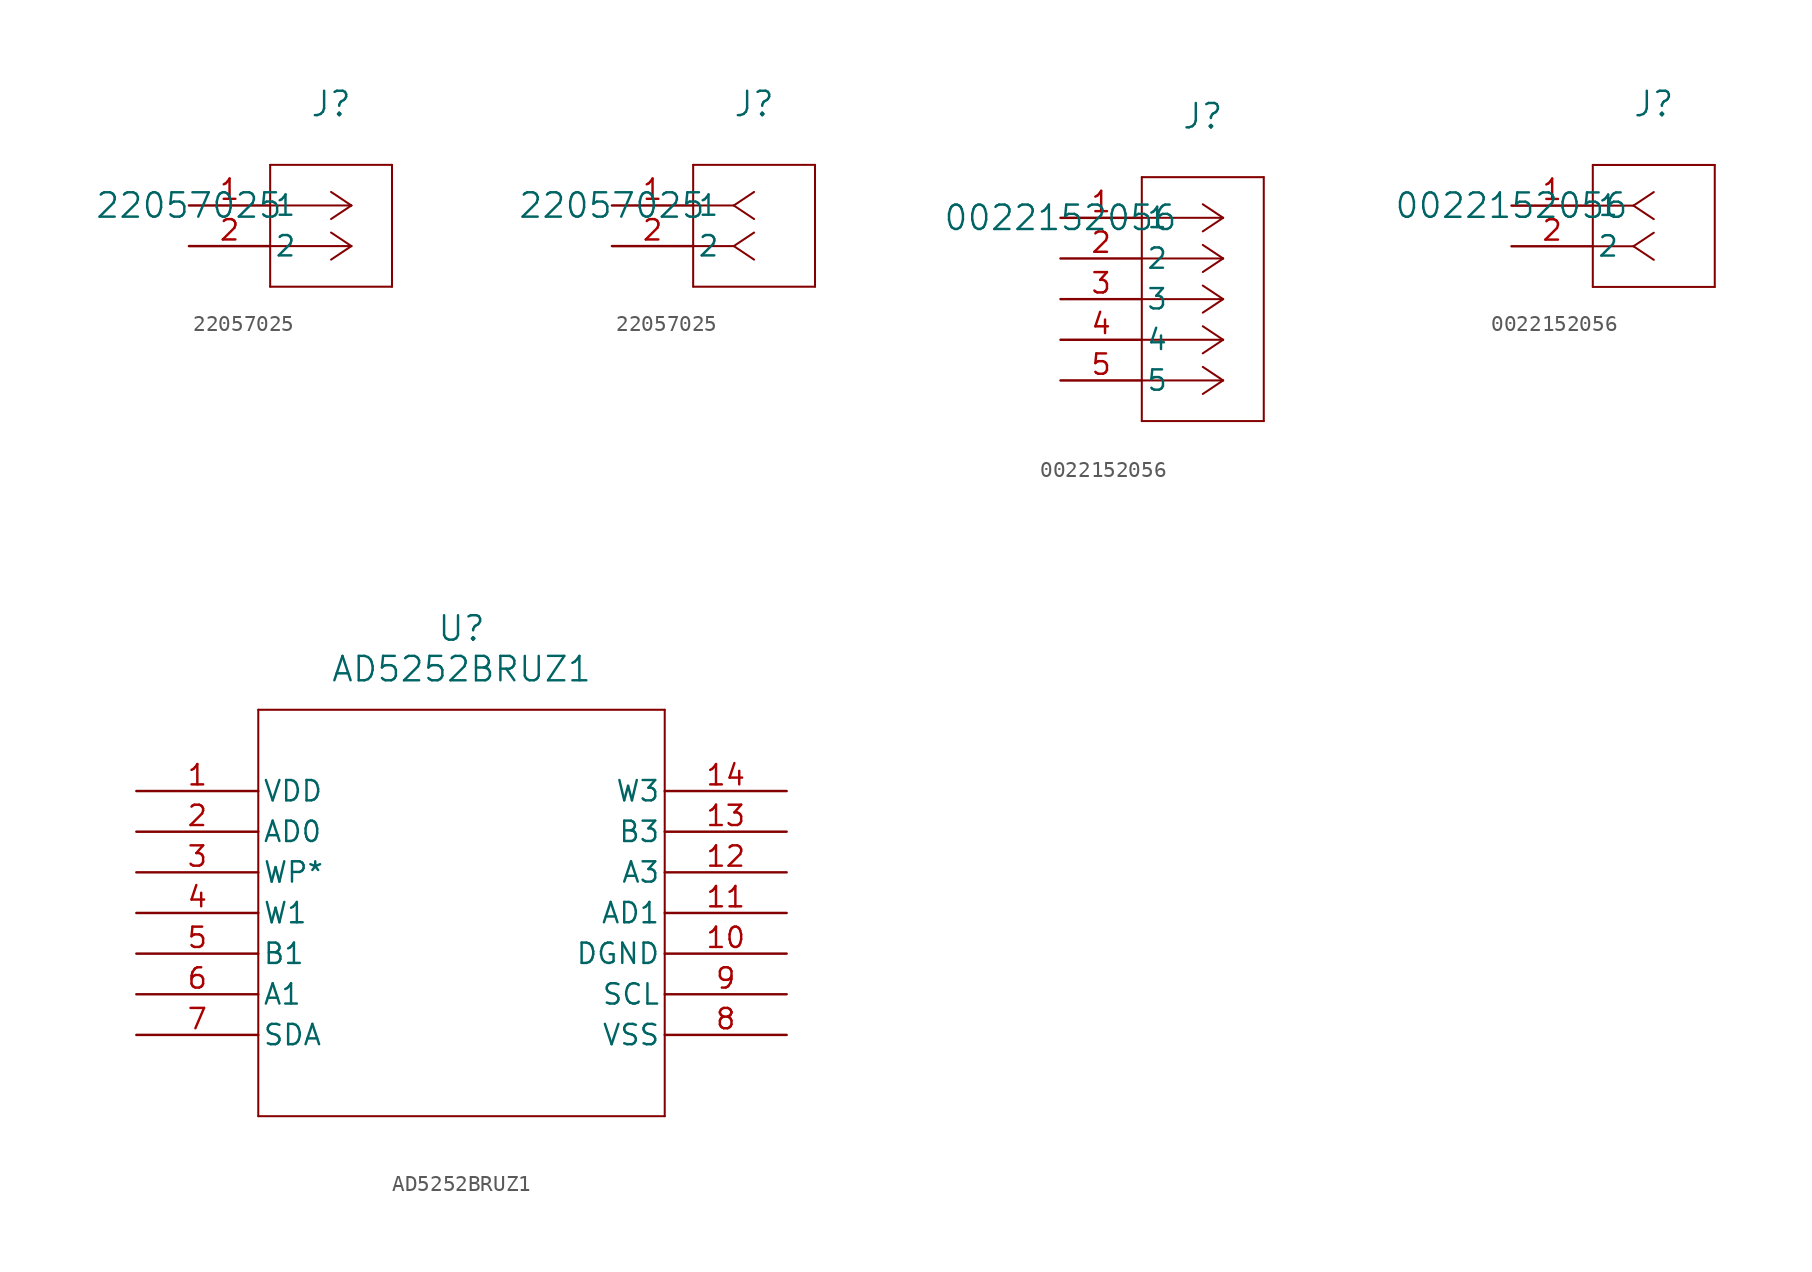
<source format=kicad_sym>
(kicad_symbol_lib
  (version 20231120)
  (generator "kicad_symbol_editor")
  (generator_version "8.0")
  (symbol "22057025"
    (pin_names
      (offset 0.254))
    (property "Reference" "J"
      (at 8.89 6.35 0)
      (effects (font (size 1.524 1.524))))
    (property "Value" "22057025"
      (at 0 0 0)
      (effects (font (size 1.524 1.524))))
    (property "ki_locked" ""
      (at 0 0 0)
      (effects (font (size 1.27 1.27))))
    (symbol "22057025_1_1"
      (polyline (pts (xy 5.08 -5.08) (xy 12.7 -5.08)) (stroke (width 0.127) (type default)) (fill (type none)))
      (polyline (pts (xy 5.08 2.54) (xy 5.08 -5.08)) (stroke (width 0.127) (type default)) (fill (type none)))
      (polyline (pts (xy 10.16 -2.54) (xy 5.08 -2.54)) (stroke (width 0.127) (type default)) (fill (type none)))
      (polyline (pts (xy 10.16 -2.54) (xy 8.89 -3.387)) (stroke (width 0.127) (type default)) (fill (type none)))
      (polyline (pts (xy 10.16 -2.54) (xy 8.89 -1.693)) (stroke (width 0.127) (type default)) (fill (type none)))
      (polyline (pts (xy 10.16 0) (xy 5.08 0)) (stroke (width 0.127) (type default)) (fill (type none)))
      (polyline (pts (xy 10.16 0) (xy 8.89 -0.847)) (stroke (width 0.127) (type default)) (fill (type none)))
      (polyline (pts (xy 10.16 0) (xy 8.89 0.847)) (stroke (width 0.127) (type default)) (fill (type none)))
      (polyline (pts (xy 12.7 -5.08) (xy 12.7 2.54)) (stroke (width 0.127) (type default)) (fill (type none)))
      (polyline (pts (xy 12.7 2.54) (xy 5.08 2.54)) (stroke (width 0.127) (type default)) (fill (type none)))
      (pin unspecified line (at 0 0 0) (length 5.08) (name "1" (effects (font (size 1.27 1.27)))) (number "1" (effects (font (size 1.27 1.27)))))
      (pin unspecified line (at 0 -2.54 0) (length 5.08) (name "2" (effects (font (size 1.27 1.27)))) (number "2" (effects (font (size 1.27 1.27))))))
    (symbol "22057025_1_2"
      (polyline (pts (xy 5.08 -5.08) (xy 12.7 -5.08)) (stroke (width 0.127) (type default)) (fill (type none)))
      (polyline (pts (xy 5.08 2.54) (xy 5.08 -5.08)) (stroke (width 0.127) (type default)) (fill (type none)))
      (polyline (pts (xy 7.62 -2.54) (xy 5.08 -2.54)) (stroke (width 0.127) (type default)) (fill (type none)))
      (polyline (pts (xy 7.62 -2.54) (xy 8.89 -3.387)) (stroke (width 0.127) (type default)) (fill (type none)))
      (polyline (pts (xy 7.62 -2.54) (xy 8.89 -1.693)) (stroke (width 0.127) (type default)) (fill (type none)))
      (polyline (pts (xy 7.62 0) (xy 5.08 0)) (stroke (width 0.127) (type default)) (fill (type none)))
      (polyline (pts (xy 7.62 0) (xy 8.89 -0.847)) (stroke (width 0.127) (type default)) (fill (type none)))
      (polyline (pts (xy 7.62 0) (xy 8.89 0.847)) (stroke (width 0.127) (type default)) (fill (type none)))
      (polyline (pts (xy 12.7 -5.08) (xy 12.7 2.54)) (stroke (width 0.127) (type default)) (fill (type none)))
      (polyline (pts (xy 12.7 2.54) (xy 5.08 2.54)) (stroke (width 0.127) (type default)) (fill (type none)))
      (pin unspecified line (at 0 0 0) (length 5.08) (name "1" (effects (font (size 1.27 1.27)))) (number "1" (effects (font (size 1.27 1.27)))))
      (pin unspecified line (at 0 -2.54 0) (length 5.08) (name "2" (effects (font (size 1.27 1.27)))) (number "2" (effects (font (size 1.27 1.27)))))))
  (symbol "0022152056"
    (pin_names
      (offset 0.254))
    (property "Reference" "J"
      (at 8.89 6.35 0)
      (effects (font (size 1.524 1.524))))
    (property "Value" "0022152056"
      (at 0 0 0)
      (effects (font (size 1.524 1.524))))
    (symbol "0022152056_1_1"
      (polyline (pts (xy 5.08 -12.7) (xy 12.7 -12.7)) (stroke (width 0.127) (type default)) (fill (type none)))
      (polyline (pts (xy 5.08 2.54) (xy 5.08 -12.7)) (stroke (width 0.127) (type default)) (fill (type none)))
      (polyline (pts (xy 10.16 -10.16) (xy 5.08 -10.16)) (stroke (width 0.127) (type default)) (fill (type none)))
      (polyline (pts (xy 10.16 -10.16) (xy 8.89 -11.007)) (stroke (width 0.127) (type default)) (fill (type none)))
      (polyline (pts (xy 10.16 -10.16) (xy 8.89 -9.313)) (stroke (width 0.127) (type default)) (fill (type none)))
      (polyline (pts (xy 10.16 -7.62) (xy 5.08 -7.62)) (stroke (width 0.127) (type default)) (fill (type none)))
      (polyline (pts (xy 10.16 -7.62) (xy 8.89 -8.467)) (stroke (width 0.127) (type default)) (fill (type none)))
      (polyline (pts (xy 10.16 -7.62) (xy 8.89 -6.773)) (stroke (width 0.127) (type default)) (fill (type none)))
      (polyline (pts (xy 10.16 -5.08) (xy 5.08 -5.08)) (stroke (width 0.127) (type default)) (fill (type none)))
      (polyline (pts (xy 10.16 -5.08) (xy 8.89 -5.927)) (stroke (width 0.127) (type default)) (fill (type none)))
      (polyline (pts (xy 10.16 -5.08) (xy 8.89 -4.233)) (stroke (width 0.127) (type default)) (fill (type none)))
      (polyline (pts (xy 10.16 -2.54) (xy 5.08 -2.54)) (stroke (width 0.127) (type default)) (fill (type none)))
      (polyline (pts (xy 10.16 -2.54) (xy 8.89 -3.387)) (stroke (width 0.127) (type default)) (fill (type none)))
      (polyline (pts (xy 10.16 -2.54) (xy 8.89 -1.693)) (stroke (width 0.127) (type default)) (fill (type none)))
      (polyline (pts (xy 10.16 0) (xy 5.08 0)) (stroke (width 0.127) (type default)) (fill (type none)))
      (polyline (pts (xy 10.16 0) (xy 8.89 -0.847)) (stroke (width 0.127) (type default)) (fill (type none)))
      (polyline (pts (xy 10.16 0) (xy 8.89 0.847)) (stroke (width 0.127) (type default)) (fill (type none)))
      (polyline (pts (xy 12.7 -12.7) (xy 12.7 2.54)) (stroke (width 0.127) (type default)) (fill (type none)))
      (polyline (pts (xy 12.7 2.54) (xy 5.08 2.54)) (stroke (width 0.127) (type default)) (fill (type none)))
      (pin unspecified line (at 0 0 0) (length 5.08) (name "1" (effects (font (size 1.27 1.27)))) (number "1" (effects (font (size 1.27 1.27)))))
      (pin unspecified line (at 0 -2.54 0) (length 5.08) (name "2" (effects (font (size 1.27 1.27)))) (number "2" (effects (font (size 1.27 1.27)))))
      (pin unspecified line (at 0 -5.08 0) (length 5.08) (name "3" (effects (font (size 1.27 1.27)))) (number "3" (effects (font (size 1.27 1.27)))))
      (pin unspecified line (at 0 -7.62 0) (length 5.08) (name "4" (effects (font (size 1.27 1.27)))) (number "4" (effects (font (size 1.27 1.27)))))
      (pin unspecified line (at 0 -10.16 0) (length 5.08) (name "5" (effects (font (size 1.27 1.27)))) (number "5" (effects (font (size 1.27 1.27))))))
    (symbol "0022152056_1_2"
      (polyline (pts (xy 5.08 -5.08) (xy 12.7 -5.08)) (stroke (width 0.127) (type default)) (fill (type none)))
      (polyline (pts (xy 5.08 2.54) (xy 5.08 -5.08)) (stroke (width 0.127) (type default)) (fill (type none)))
      (polyline (pts (xy 7.62 -2.54) (xy 5.08 -2.54)) (stroke (width 0.127) (type default)) (fill (type none)))
      (polyline (pts (xy 7.62 -2.54) (xy 8.89 -3.387)) (stroke (width 0.127) (type default)) (fill (type none)))
      (polyline (pts (xy 7.62 -2.54) (xy 8.89 -1.693)) (stroke (width 0.127) (type default)) (fill (type none)))
      (polyline (pts (xy 7.62 0) (xy 5.08 0)) (stroke (width 0.127) (type default)) (fill (type none)))
      (polyline (pts (xy 7.62 0) (xy 8.89 -0.847)) (stroke (width 0.127) (type default)) (fill (type none)))
      (polyline (pts (xy 7.62 0) (xy 8.89 0.847)) (stroke (width 0.127) (type default)) (fill (type none)))
      (polyline (pts (xy 12.7 -5.08) (xy 12.7 2.54)) (stroke (width 0.127) (type default)) (fill (type none)))
      (polyline (pts (xy 12.7 2.54) (xy 5.08 2.54)) (stroke (width 0.127) (type default)) (fill (type none)))
      (pin unspecified line (at 0 0 0) (length 5.08) (name "1" (effects (font (size 1.27 1.27)))) (number "1" (effects (font (size 1.27 1.27)))))
      (pin unspecified line (at 0 -2.54 0) (length 5.08) (name "2" (effects (font (size 1.27 1.27)))) (number "2" (effects (font (size 1.27 1.27)))))))
  (symbol "AD5252BRUZ1"
    (pin_names
      (offset 0.254))
    (property "Reference" "U"
      (at 20.32 10.16 0)
      (effects (font (size 1.524 1.524))))
    (property "Value" "AD5252BRUZ1"
      (at 20.32 7.62 0)
      (effects (font (size 1.524 1.524))))
    (property "ki_locked" ""
      (at 0 0 0)
      (effects (font (size 1.27 1.27))))
    (symbol "AD5252BRUZ1_0_1"
      (polyline (pts (xy 7.62 -20.32) (xy 33.02 -20.32)) (stroke (width 0.127) (type default)) (fill (type none)))
      (polyline (pts (xy 7.62 5.08) (xy 7.62 -20.32)) (stroke (width 0.127) (type default)) (fill (type none)))
      (polyline (pts (xy 33.02 -20.32) (xy 33.02 5.08)) (stroke (width 0.127) (type default)) (fill (type none)))
      (polyline (pts (xy 33.02 5.08) (xy 7.62 5.08)) (stroke (width 0.127) (type default)) (fill (type none)))
      (pin power_in line (at 0 0 0) (length 7.62) (name "VDD" (effects (font (size 1.27 1.27)))) (number "1" (effects (font (size 1.27 1.27)))))
      (pin unspecified line (at 40.64 -10.16 180) (length 7.62) (name "DGND" (effects (font (size 1.27 1.27)))) (number "10" (effects (font (size 1.27 1.27)))))
      (pin unspecified line (at 40.64 -7.62 180) (length 7.62) (name "AD1" (effects (font (size 1.27 1.27)))) (number "11" (effects (font (size 1.27 1.27)))))
      (pin unspecified line (at 40.64 -5.08 180) (length 7.62) (name "A3" (effects (font (size 1.27 1.27)))) (number "12" (effects (font (size 1.27 1.27)))))
      (pin unspecified line (at 40.64 -2.54 180) (length 7.62) (name "B3" (effects (font (size 1.27 1.27)))) (number "13" (effects (font (size 1.27 1.27)))))
      (pin unspecified line (at 40.64 0 180) (length 7.62) (name "W3" (effects (font (size 1.27 1.27)))) (number "14" (effects (font (size 1.27 1.27)))))
      (pin unspecified line (at 0 -2.54 0) (length 7.62) (name "AD0" (effects (font (size 1.27 1.27)))) (number "2" (effects (font (size 1.27 1.27)))))
      (pin unspecified line (at 0 -5.08 0) (length 7.62) (name "WP*" (effects (font (size 1.27 1.27)))) (number "3" (effects (font (size 1.27 1.27)))))
      (pin unspecified line (at 0 -7.62 0) (length 7.62) (name "W1" (effects (font (size 1.27 1.27)))) (number "4" (effects (font (size 1.27 1.27)))))
      (pin unspecified line (at 0 -10.16 0) (length 7.62) (name "B1" (effects (font (size 1.27 1.27)))) (number "5" (effects (font (size 1.27 1.27)))))
      (pin unspecified line (at 0 -12.7 0) (length 7.62) (name "A1" (effects (font (size 1.27 1.27)))) (number "6" (effects (font (size 1.27 1.27)))))
      (pin unspecified line (at 0 -15.24 0) (length 7.62) (name "SDA" (effects (font (size 1.27 1.27)))) (number "7" (effects (font (size 1.27 1.27)))))
      (pin power_in line (at 40.64 -15.24 180) (length 7.62) (name "VSS" (effects (font (size 1.27 1.27)))) (number "8" (effects (font (size 1.27 1.27)))))
      (pin unspecified line (at 40.64 -12.7 180) (length 7.62) (name "SCL" (effects (font (size 1.27 1.27)))) (number "9" (effects (font (size 1.27 1.27))))))))
</source>
